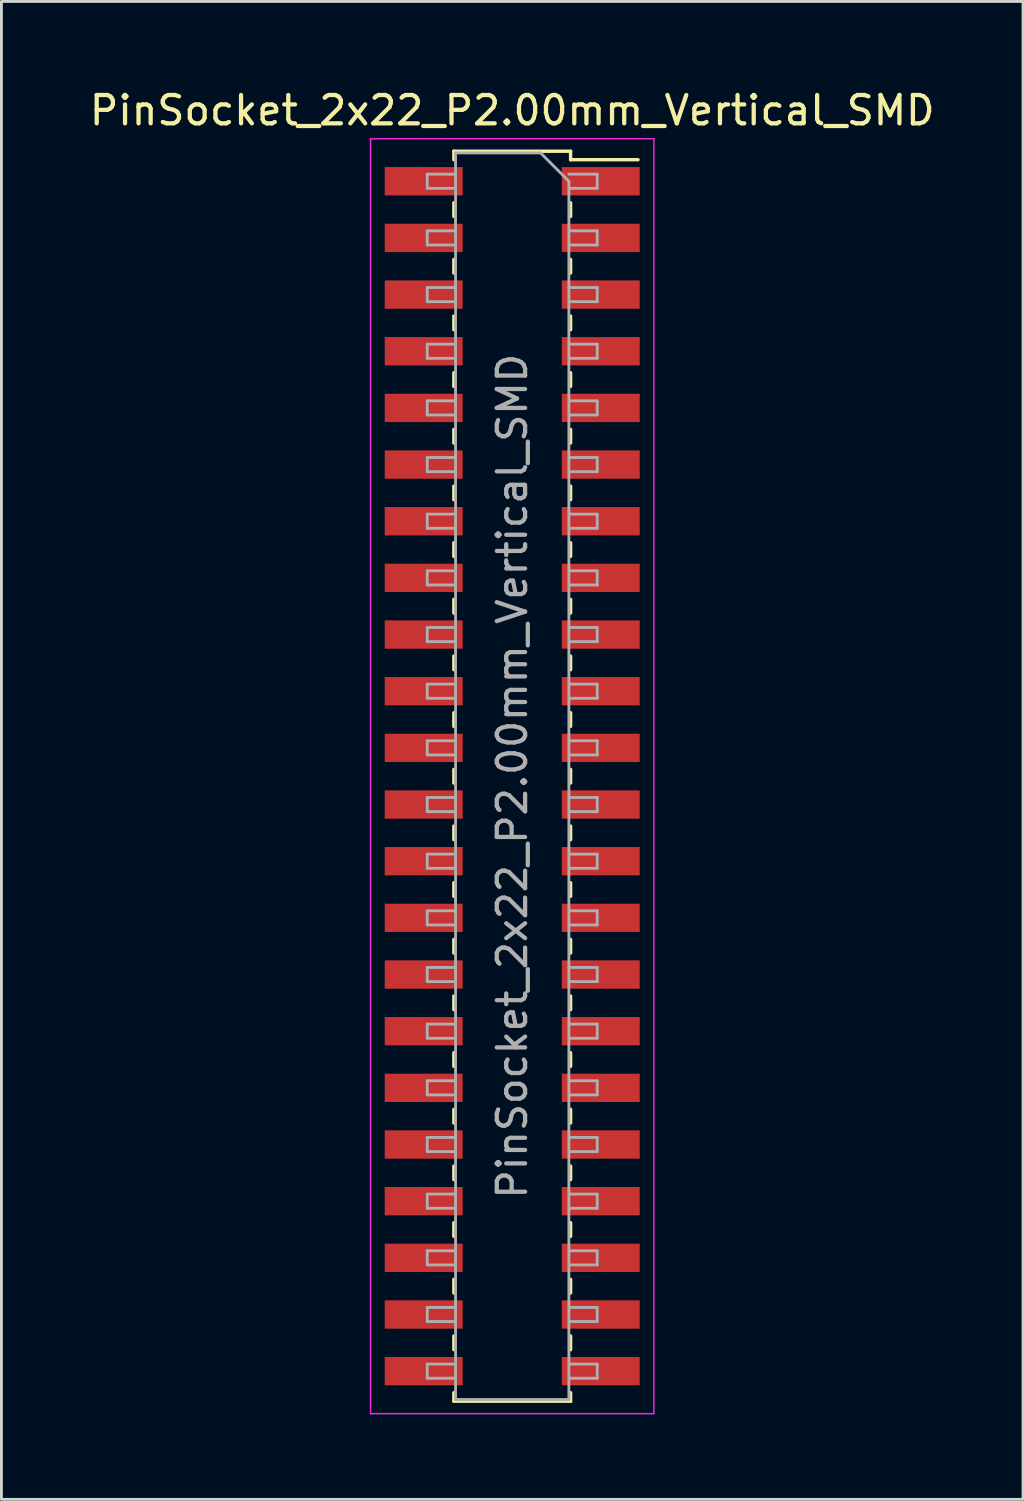
<source format=kicad_pcb>
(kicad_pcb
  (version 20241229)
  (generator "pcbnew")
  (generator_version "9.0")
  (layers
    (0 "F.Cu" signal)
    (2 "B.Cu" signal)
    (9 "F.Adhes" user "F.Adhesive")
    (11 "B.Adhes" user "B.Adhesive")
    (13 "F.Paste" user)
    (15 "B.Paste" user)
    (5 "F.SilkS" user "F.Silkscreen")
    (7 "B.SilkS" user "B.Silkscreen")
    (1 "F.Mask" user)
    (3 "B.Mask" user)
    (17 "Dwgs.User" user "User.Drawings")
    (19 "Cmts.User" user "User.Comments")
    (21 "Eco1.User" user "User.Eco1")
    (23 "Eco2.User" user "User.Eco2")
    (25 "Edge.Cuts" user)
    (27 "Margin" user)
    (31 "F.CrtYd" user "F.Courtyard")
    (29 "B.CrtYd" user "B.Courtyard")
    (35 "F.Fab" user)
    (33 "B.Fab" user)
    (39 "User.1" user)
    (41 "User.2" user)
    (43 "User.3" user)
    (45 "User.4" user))
  (footprint "PinSocket_2x22_P2.00mm_Vertical_SMD"
    (layer "F.Cu")
    (at 15.03 24.348)
    (property "Reference" "PinSocket_2x22_P2.00mm_Vertical_SMD" (at 0 -23.5 0) (layer "F.SilkS") (effects (font (size 1 1) (thickness 0.15))))
    (attr smd)
    (fp_line (start -2.06 -22.06) (end -2.06 -21.76) (stroke (width 0.12) (type solid)) (layer "F.SilkS"))
    (fp_line (start -2.06 -22.06) (end 2.06 -22.06) (stroke (width 0.12) (type solid)) (layer "F.SilkS"))
    (fp_line (start -2.06 -20.24) (end -2.06 -19.76) (stroke (width 0.12) (type solid)) (layer "F.SilkS"))
    (fp_line (start -2.06 -18.24) (end -2.06 -17.76) (stroke (width 0.12) (type solid)) (layer "F.SilkS"))
    (fp_line (start -2.06 -16.24) (end -2.06 -15.76) (stroke (width 0.12) (type solid)) (layer "F.SilkS"))
    (fp_line (start -2.06 -14.24) (end -2.06 -13.76) (stroke (width 0.12) (type solid)) (layer "F.SilkS"))
    (fp_line (start -2.06 -12.24) (end -2.06 -11.76) (stroke (width 0.12) (type solid)) (layer "F.SilkS"))
    (fp_line (start -2.06 -10.24) (end -2.06 -9.76) (stroke (width 0.12) (type solid)) (layer "F.SilkS"))
    (fp_line (start -2.06 -8.24) (end -2.06 -7.76) (stroke (width 0.12) (type solid)) (layer "F.SilkS"))
    (fp_line (start -2.06 -6.24) (end -2.06 -5.76) (stroke (width 0.12) (type solid)) (layer "F.SilkS"))
    (fp_line (start -2.06 -4.24) (end -2.06 -3.76) (stroke (width 0.12) (type solid)) (layer "F.SilkS"))
    (fp_line (start -2.06 -2.24) (end -2.06 -1.76) (stroke (width 0.12) (type solid)) (layer "F.SilkS"))
    (fp_line (start -2.06 -0.24) (end -2.06 0.24) (stroke (width 0.12) (type solid)) (layer "F.SilkS"))
    (fp_line (start -2.06 1.76) (end -2.06 2.24) (stroke (width 0.12) (type solid)) (layer "F.SilkS"))
    (fp_line (start -2.06 3.76) (end -2.06 4.24) (stroke (width 0.12) (type solid)) (layer "F.SilkS"))
    (fp_line (start -2.06 5.76) (end -2.06 6.24) (stroke (width 0.12) (type solid)) (layer "F.SilkS"))
    (fp_line (start -2.06 7.76) (end -2.06 8.24) (stroke (width 0.12) (type solid)) (layer "F.SilkS"))
    (fp_line (start -2.06 9.76) (end -2.06 10.24) (stroke (width 0.12) (type solid)) (layer "F.SilkS"))
    (fp_line (start -2.06 11.76) (end -2.06 12.24) (stroke (width 0.12) (type solid)) (layer "F.SilkS"))
    (fp_line (start -2.06 13.76) (end -2.06 14.24) (stroke (width 0.12) (type solid)) (layer "F.SilkS"))
    (fp_line (start -2.06 15.76) (end -2.06 16.24) (stroke (width 0.12) (type solid)) (layer "F.SilkS"))
    (fp_line (start -2.06 17.76) (end -2.06 18.24) (stroke (width 0.12) (type solid)) (layer "F.SilkS"))
    (fp_line (start -2.06 19.76) (end -2.06 20.24) (stroke (width 0.12) (type solid)) (layer "F.SilkS"))
    (fp_line (start -2.06 21.76) (end -2.06 22.06) (stroke (width 0.12) (type solid)) (layer "F.SilkS"))
    (fp_line (start -2.06 22.06) (end 2.06 22.06) (stroke (width 0.12) (type solid)) (layer "F.SilkS"))
    (fp_line (start 2.06 -22.06) (end 2.06 -21.76) (stroke (width 0.12) (type solid)) (layer "F.SilkS"))
    (fp_line (start 2.06 -21.76) (end 4.44 -21.76) (stroke (width 0.12) (type solid)) (layer "F.SilkS"))
    (fp_line (start 2.06 -20.24) (end 2.06 -19.76) (stroke (width 0.12) (type solid)) (layer "F.SilkS"))
    (fp_line (start 2.06 -18.24) (end 2.06 -17.76) (stroke (width 0.12) (type solid)) (layer "F.SilkS"))
    (fp_line (start 2.06 -16.24) (end 2.06 -15.76) (stroke (width 0.12) (type solid)) (layer "F.SilkS"))
    (fp_line (start 2.06 -14.24) (end 2.06 -13.76) (stroke (width 0.12) (type solid)) (layer "F.SilkS"))
    (fp_line (start 2.06 -12.24) (end 2.06 -11.76) (stroke (width 0.12) (type solid)) (layer "F.SilkS"))
    (fp_line (start 2.06 -10.24) (end 2.06 -9.76) (stroke (width 0.12) (type solid)) (layer "F.SilkS"))
    (fp_line (start 2.06 -8.24) (end 2.06 -7.76) (stroke (width 0.12) (type solid)) (layer "F.SilkS"))
    (fp_line (start 2.06 -6.24) (end 2.06 -5.76) (stroke (width 0.12) (type solid)) (layer "F.SilkS"))
    (fp_line (start 2.06 -4.24) (end 2.06 -3.76) (stroke (width 0.12) (type solid)) (layer "F.SilkS"))
    (fp_line (start 2.06 -2.24) (end 2.06 -1.76) (stroke (width 0.12) (type solid)) (layer "F.SilkS"))
    (fp_line (start 2.06 -0.24) (end 2.06 0.24) (stroke (width 0.12) (type solid)) (layer "F.SilkS"))
    (fp_line (start 2.06 1.76) (end 2.06 2.24) (stroke (width 0.12) (type solid)) (layer "F.SilkS"))
    (fp_line (start 2.06 3.76) (end 2.06 4.24) (stroke (width 0.12) (type solid)) (layer "F.SilkS"))
    (fp_line (start 2.06 5.76) (end 2.06 6.24) (stroke (width 0.12) (type solid)) (layer "F.SilkS"))
    (fp_line (start 2.06 7.76) (end 2.06 8.24) (stroke (width 0.12) (type solid)) (layer "F.SilkS"))
    (fp_line (start 2.06 9.76) (end 2.06 10.24) (stroke (width 0.12) (type solid)) (layer "F.SilkS"))
    (fp_line (start 2.06 11.76) (end 2.06 12.24) (stroke (width 0.12) (type solid)) (layer "F.SilkS"))
    (fp_line (start 2.06 13.76) (end 2.06 14.24) (stroke (width 0.12) (type solid)) (layer "F.SilkS"))
    (fp_line (start 2.06 15.76) (end 2.06 16.24) (stroke (width 0.12) (type solid)) (layer "F.SilkS"))
    (fp_line (start 2.06 17.76) (end 2.06 18.24) (stroke (width 0.12) (type solid)) (layer "F.SilkS"))
    (fp_line (start 2.06 19.76) (end 2.06 20.24) (stroke (width 0.12) (type solid)) (layer "F.SilkS"))
    (fp_line (start 2.06 21.76) (end 2.06 22.06) (stroke (width 0.12) (type solid)) (layer "F.SilkS"))
    (fp_line (start -5 -22.5) (end 5 -22.5) (stroke (width 0.05) (type solid)) (layer "F.CrtYd"))
    (fp_line (start -5 22.5) (end -5 -22.5) (stroke (width 0.05) (type solid)) (layer "F.CrtYd"))
    (fp_line (start 5 -22.5) (end 5 22.5) (stroke (width 0.05) (type solid)) (layer "F.CrtYd"))
    (fp_line (start 5 22.5) (end -5 22.5) (stroke (width 0.05) (type solid)) (layer "F.CrtYd"))
    (fp_line (start -3 -21.25) (end -2 -21.25) (stroke (width 0.1) (type solid)) (layer "F.Fab"))
    (fp_line (start -3 -20.75) (end -3 -21.25) (stroke (width 0.1) (type solid)) (layer "F.Fab"))
    (fp_line (start -3 -19.25) (end -2 -19.25) (stroke (width 0.1) (type solid)) (layer "F.Fab"))
    (fp_line (start -3 -18.75) (end -3 -19.25) (stroke (width 0.1) (type solid)) (layer "F.Fab"))
    (fp_line (start -3 -17.25) (end -2 -17.25) (stroke (width 0.1) (type solid)) (layer "F.Fab"))
    (fp_line (start -3 -16.75) (end -3 -17.25) (stroke (width 0.1) (type solid)) (layer "F.Fab"))
    (fp_line (start -3 -15.25) (end -2 -15.25) (stroke (width 0.1) (type solid)) (layer "F.Fab"))
    (fp_line (start -3 -14.75) (end -3 -15.25) (stroke (width 0.1) (type solid)) (layer "F.Fab"))
    (fp_line (start -3 -13.25) (end -2 -13.25) (stroke (width 0.1) (type solid)) (layer "F.Fab"))
    (fp_line (start -3 -12.75) (end -3 -13.25) (stroke (width 0.1) (type solid)) (layer "F.Fab"))
    (fp_line (start -3 -11.25) (end -2 -11.25) (stroke (width 0.1) (type solid)) (layer "F.Fab"))
    (fp_line (start -3 -10.75) (end -3 -11.25) (stroke (width 0.1) (type solid)) (layer "F.Fab"))
    (fp_line (start -3 -9.25) (end -2 -9.25) (stroke (width 0.1) (type solid)) (layer "F.Fab"))
    (fp_line (start -3 -8.75) (end -3 -9.25) (stroke (width 0.1) (type solid)) (layer "F.Fab"))
    (fp_line (start -3 -7.25) (end -2 -7.25) (stroke (width 0.1) (type solid)) (layer "F.Fab"))
    (fp_line (start -3 -6.75) (end -3 -7.25) (stroke (width 0.1) (type solid)) (layer "F.Fab"))
    (fp_line (start -3 -5.25) (end -2 -5.25) (stroke (width 0.1) (type solid)) (layer "F.Fab"))
    (fp_line (start -3 -4.75) (end -3 -5.25) (stroke (width 0.1) (type solid)) (layer "F.Fab"))
    (fp_line (start -3 -3.25) (end -2 -3.25) (stroke (width 0.1) (type solid)) (layer "F.Fab"))
    (fp_line (start -3 -2.75) (end -3 -3.25) (stroke (width 0.1) (type solid)) (layer "F.Fab"))
    (fp_line (start -3 -1.25) (end -2 -1.25) (stroke (width 0.1) (type solid)) (layer "F.Fab"))
    (fp_line (start -3 -0.75) (end -3 -1.25) (stroke (width 0.1) (type solid)) (layer "F.Fab"))
    (fp_line (start -3 0.75) (end -2 0.75) (stroke (width 0.1) (type solid)) (layer "F.Fab"))
    (fp_line (start -3 1.25) (end -3 0.75) (stroke (width 0.1) (type solid)) (layer "F.Fab"))
    (fp_line (start -3 2.75) (end -2 2.75) (stroke (width 0.1) (type solid)) (layer "F.Fab"))
    (fp_line (start -3 3.25) (end -3 2.75) (stroke (width 0.1) (type solid)) (layer "F.Fab"))
    (fp_line (start -3 4.75) (end -2 4.75) (stroke (width 0.1) (type solid)) (layer "F.Fab"))
    (fp_line (start -3 5.25) (end -3 4.75) (stroke (width 0.1) (type solid)) (layer "F.Fab"))
    (fp_line (start -3 6.75) (end -2 6.75) (stroke (width 0.1) (type solid)) (layer "F.Fab"))
    (fp_line (start -3 7.25) (end -3 6.75) (stroke (width 0.1) (type solid)) (layer "F.Fab"))
    (fp_line (start -3 8.75) (end -2 8.75) (stroke (width 0.1) (type solid)) (layer "F.Fab"))
    (fp_line (start -3 9.25) (end -3 8.75) (stroke (width 0.1) (type solid)) (layer "F.Fab"))
    (fp_line (start -3 10.75) (end -2 10.75) (stroke (width 0.1) (type solid)) (layer "F.Fab"))
    (fp_line (start -3 11.25) (end -3 10.75) (stroke (width 0.1) (type solid)) (layer "F.Fab"))
    (fp_line (start -3 12.75) (end -2 12.75) (stroke (width 0.1) (type solid)) (layer "F.Fab"))
    (fp_line (start -3 13.25) (end -3 12.75) (stroke (width 0.1) (type solid)) (layer "F.Fab"))
    (fp_line (start -3 14.75) (end -2 14.75) (stroke (width 0.1) (type solid)) (layer "F.Fab"))
    (fp_line (start -3 15.25) (end -3 14.75) (stroke (width 0.1) (type solid)) (layer "F.Fab"))
    (fp_line (start -3 16.75) (end -2 16.75) (stroke (width 0.1) (type solid)) (layer "F.Fab"))
    (fp_line (start -3 17.25) (end -3 16.75) (stroke (width 0.1) (type solid)) (layer "F.Fab"))
    (fp_line (start -3 18.75) (end -2 18.75) (stroke (width 0.1) (type solid)) (layer "F.Fab"))
    (fp_line (start -3 19.25) (end -3 18.75) (stroke (width 0.1) (type solid)) (layer "F.Fab"))
    (fp_line (start -3 20.75) (end -2 20.75) (stroke (width 0.1) (type solid)) (layer "F.Fab"))
    (fp_line (start -3 21.25) (end -3 20.75) (stroke (width 0.1) (type solid)) (layer "F.Fab"))
    (fp_line (start -2 -22) (end 1 -22) (stroke (width 0.1) (type solid)) (layer "F.Fab"))
    (fp_line (start -2 -20.75) (end -3 -20.75) (stroke (width 0.1) (type solid)) (layer "F.Fab"))
    (fp_line (start -2 -18.75) (end -3 -18.75) (stroke (width 0.1) (type solid)) (layer "F.Fab"))
    (fp_line (start -2 -16.75) (end -3 -16.75) (stroke (width 0.1) (type solid)) (layer "F.Fab"))
    (fp_line (start -2 -14.75) (end -3 -14.75) (stroke (width 0.1) (type solid)) (layer "F.Fab"))
    (fp_line (start -2 -12.75) (end -3 -12.75) (stroke (width 0.1) (type solid)) (layer "F.Fab"))
    (fp_line (start -2 -10.75) (end -3 -10.75) (stroke (width 0.1) (type solid)) (layer "F.Fab"))
    (fp_line (start -2 -8.75) (end -3 -8.75) (stroke (width 0.1) (type solid)) (layer "F.Fab"))
    (fp_line (start -2 -6.75) (end -3 -6.75) (stroke (width 0.1) (type solid)) (layer "F.Fab"))
    (fp_line (start -2 -4.75) (end -3 -4.75) (stroke (width 0.1) (type solid)) (layer "F.Fab"))
    (fp_line (start -2 -2.75) (end -3 -2.75) (stroke (width 0.1) (type solid)) (layer "F.Fab"))
    (fp_line (start -2 -0.75) (end -3 -0.75) (stroke (width 0.1) (type solid)) (layer "F.Fab"))
    (fp_line (start -2 1.25) (end -3 1.25) (stroke (width 0.1) (type solid)) (layer "F.Fab"))
    (fp_line (start -2 3.25) (end -3 3.25) (stroke (width 0.1) (type solid)) (layer "F.Fab"))
    (fp_line (start -2 5.25) (end -3 5.25) (stroke (width 0.1) (type solid)) (layer "F.Fab"))
    (fp_line (start -2 7.25) (end -3 7.25) (stroke (width 0.1) (type solid)) (layer "F.Fab"))
    (fp_line (start -2 9.25) (end -3 9.25) (stroke (width 0.1) (type solid)) (layer "F.Fab"))
    (fp_line (start -2 11.25) (end -3 11.25) (stroke (width 0.1) (type solid)) (layer "F.Fab"))
    (fp_line (start -2 13.25) (end -3 13.25) (stroke (width 0.1) (type solid)) (layer "F.Fab"))
    (fp_line (start -2 15.25) (end -3 15.25) (stroke (width 0.1) (type solid)) (layer "F.Fab"))
    (fp_line (start -2 17.25) (end -3 17.25) (stroke (width 0.1) (type solid)) (layer "F.Fab"))
    (fp_line (start -2 19.25) (end -3 19.25) (stroke (width 0.1) (type solid)) (layer "F.Fab"))
    (fp_line (start -2 21.25) (end -3 21.25) (stroke (width 0.1) (type solid)) (layer "F.Fab"))
    (fp_line (start -2 22) (end -2 -22) (stroke (width 0.1) (type solid)) (layer "F.Fab"))
    (fp_line (start 1 -22) (end 2 -21) (stroke (width 0.1) (type solid)) (layer "F.Fab"))
    (fp_line (start 2 -21.25) (end 3 -21.25) (stroke (width 0.1) (type solid)) (layer "F.Fab"))
    (fp_line (start 2 -21) (end 2 22) (stroke (width 0.1) (type solid)) (layer "F.Fab"))
    (fp_line (start 2 -19.25) (end 3 -19.25) (stroke (width 0.1) (type solid)) (layer "F.Fab"))
    (fp_line (start 2 -17.25) (end 3 -17.25) (stroke (width 0.1) (type solid)) (layer "F.Fab"))
    (fp_line (start 2 -15.25) (end 3 -15.25) (stroke (width 0.1) (type solid)) (layer "F.Fab"))
    (fp_line (start 2 -13.25) (end 3 -13.25) (stroke (width 0.1) (type solid)) (layer "F.Fab"))
    (fp_line (start 2 -11.25) (end 3 -11.25) (stroke (width 0.1) (type solid)) (layer "F.Fab"))
    (fp_line (start 2 -9.25) (end 3 -9.25) (stroke (width 0.1) (type solid)) (layer "F.Fab"))
    (fp_line (start 2 -7.25) (end 3 -7.25) (stroke (width 0.1) (type solid)) (layer "F.Fab"))
    (fp_line (start 2 -5.25) (end 3 -5.25) (stroke (width 0.1) (type solid)) (layer "F.Fab"))
    (fp_line (start 2 -3.25) (end 3 -3.25) (stroke (width 0.1) (type solid)) (layer "F.Fab"))
    (fp_line (start 2 -1.25) (end 3 -1.25) (stroke (width 0.1) (type solid)) (layer "F.Fab"))
    (fp_line (start 2 0.75) (end 3 0.75) (stroke (width 0.1) (type solid)) (layer "F.Fab"))
    (fp_line (start 2 2.75) (end 3 2.75) (stroke (width 0.1) (type solid)) (layer "F.Fab"))
    (fp_line (start 2 4.75) (end 3 4.75) (stroke (width 0.1) (type solid)) (layer "F.Fab"))
    (fp_line (start 2 6.75) (end 3 6.75) (stroke (width 0.1) (type solid)) (layer "F.Fab"))
    (fp_line (start 2 8.75) (end 3 8.75) (stroke (width 0.1) (type solid)) (layer "F.Fab"))
    (fp_line (start 2 10.75) (end 3 10.75) (stroke (width 0.1) (type solid)) (layer "F.Fab"))
    (fp_line (start 2 12.75) (end 3 12.75) (stroke (width 0.1) (type solid)) (layer "F.Fab"))
    (fp_line (start 2 14.75) (end 3 14.75) (stroke (width 0.1) (type solid)) (layer "F.Fab"))
    (fp_line (start 2 16.75) (end 3 16.75) (stroke (width 0.1) (type solid)) (layer "F.Fab"))
    (fp_line (start 2 18.75) (end 3 18.75) (stroke (width 0.1) (type solid)) (layer "F.Fab"))
    (fp_line (start 2 20.75) (end 3 20.75) (stroke (width 0.1) (type solid)) (layer "F.Fab"))
    (fp_line (start 2 22) (end -2 22) (stroke (width 0.1) (type solid)) (layer "F.Fab"))
    (fp_line (start 3 -21.25) (end 3 -20.75) (stroke (width 0.1) (type solid)) (layer "F.Fab"))
    (fp_line (start 3 -20.75) (end 2 -20.75) (stroke (width 0.1) (type solid)) (layer "F.Fab"))
    (fp_line (start 3 -19.25) (end 3 -18.75) (stroke (width 0.1) (type solid)) (layer "F.Fab"))
    (fp_line (start 3 -18.75) (end 2 -18.75) (stroke (width 0.1) (type solid)) (layer "F.Fab"))
    (fp_line (start 3 -17.25) (end 3 -16.75) (stroke (width 0.1) (type solid)) (layer "F.Fab"))
    (fp_line (start 3 -16.75) (end 2 -16.75) (stroke (width 0.1) (type solid)) (layer "F.Fab"))
    (fp_line (start 3 -15.25) (end 3 -14.75) (stroke (width 0.1) (type solid)) (layer "F.Fab"))
    (fp_line (start 3 -14.75) (end 2 -14.75) (stroke (width 0.1) (type solid)) (layer "F.Fab"))
    (fp_line (start 3 -13.25) (end 3 -12.75) (stroke (width 0.1) (type solid)) (layer "F.Fab"))
    (fp_line (start 3 -12.75) (end 2 -12.75) (stroke (width 0.1) (type solid)) (layer "F.Fab"))
    (fp_line (start 3 -11.25) (end 3 -10.75) (stroke (width 0.1) (type solid)) (layer "F.Fab"))
    (fp_line (start 3 -10.75) (end 2 -10.75) (stroke (width 0.1) (type solid)) (layer "F.Fab"))
    (fp_line (start 3 -9.25) (end 3 -8.75) (stroke (width 0.1) (type solid)) (layer "F.Fab"))
    (fp_line (start 3 -8.75) (end 2 -8.75) (stroke (width 0.1) (type solid)) (layer "F.Fab"))
    (fp_line (start 3 -7.25) (end 3 -6.75) (stroke (width 0.1) (type solid)) (layer "F.Fab"))
    (fp_line (start 3 -6.75) (end 2 -6.75) (stroke (width 0.1) (type solid)) (layer "F.Fab"))
    (fp_line (start 3 -5.25) (end 3 -4.75) (stroke (width 0.1) (type solid)) (layer "F.Fab"))
    (fp_line (start 3 -4.75) (end 2 -4.75) (stroke (width 0.1) (type solid)) (layer "F.Fab"))
    (fp_line (start 3 -3.25) (end 3 -2.75) (stroke (width 0.1) (type solid)) (layer "F.Fab"))
    (fp_line (start 3 -2.75) (end 2 -2.75) (stroke (width 0.1) (type solid)) (layer "F.Fab"))
    (fp_line (start 3 -1.25) (end 3 -0.75) (stroke (width 0.1) (type solid)) (layer "F.Fab"))
    (fp_line (start 3 -0.75) (end 2 -0.75) (stroke (width 0.1) (type solid)) (layer "F.Fab"))
    (fp_line (start 3 0.75) (end 3 1.25) (stroke (width 0.1) (type solid)) (layer "F.Fab"))
    (fp_line (start 3 1.25) (end 2 1.25) (stroke (width 0.1) (type solid)) (layer "F.Fab"))
    (fp_line (start 3 2.75) (end 3 3.25) (stroke (width 0.1) (type solid)) (layer "F.Fab"))
    (fp_line (start 3 3.25) (end 2 3.25) (stroke (width 0.1) (type solid)) (layer "F.Fab"))
    (fp_line (start 3 4.75) (end 3 5.25) (stroke (width 0.1) (type solid)) (layer "F.Fab"))
    (fp_line (start 3 5.25) (end 2 5.25) (stroke (width 0.1) (type solid)) (layer "F.Fab"))
    (fp_line (start 3 6.75) (end 3 7.25) (stroke (width 0.1) (type solid)) (layer "F.Fab"))
    (fp_line (start 3 7.25) (end 2 7.25) (stroke (width 0.1) (type solid)) (layer "F.Fab"))
    (fp_line (start 3 8.75) (end 3 9.25) (stroke (width 0.1) (type solid)) (layer "F.Fab"))
    (fp_line (start 3 9.25) (end 2 9.25) (stroke (width 0.1) (type solid)) (layer "F.Fab"))
    (fp_line (start 3 10.75) (end 3 11.25) (stroke (width 0.1) (type solid)) (layer "F.Fab"))
    (fp_line (start 3 11.25) (end 2 11.25) (stroke (width 0.1) (type solid)) (layer "F.Fab"))
    (fp_line (start 3 12.75) (end 3 13.25) (stroke (width 0.1) (type solid)) (layer "F.Fab"))
    (fp_line (start 3 13.25) (end 2 13.25) (stroke (width 0.1) (type solid)) (layer "F.Fab"))
    (fp_line (start 3 14.75) (end 3 15.25) (stroke (width 0.1) (type solid)) (layer "F.Fab"))
    (fp_line (start 3 15.25) (end 2 15.25) (stroke (width 0.1) (type solid)) (layer "F.Fab"))
    (fp_line (start 3 16.75) (end 3 17.25) (stroke (width 0.1) (type solid)) (layer "F.Fab"))
    (fp_line (start 3 17.25) (end 2 17.25) (stroke (width 0.1) (type solid)) (layer "F.Fab"))
    (fp_line (start 3 18.75) (end 3 19.25) (stroke (width 0.1) (type solid)) (layer "F.Fab"))
    (fp_line (start 3 19.25) (end 2 19.25) (stroke (width 0.1) (type solid)) (layer "F.Fab"))
    (fp_line (start 3 20.75) (end 3 21.25) (stroke (width 0.1) (type solid)) (layer "F.Fab"))
    (fp_line (start 3 21.25) (end 2 21.25) (stroke (width 0.1) (type solid)) (layer "F.Fab"))
    (fp_text user "${REFERENCE}" (at 0 0 90) (layer "F.Fab") (effects (font (size 1 1) (thickness 0.15))))
    (pad "1" smd rect (at 3.125 -21) (size 2.75 1) (layers "F.Cu" "F.Mask" "F.Paste"))
    (pad "2" smd rect (at -3.125 -21) (size 2.75 1) (layers "F.Cu" "F.Mask" "F.Paste"))
    (pad "3" smd rect (at 3.125 -19) (size 2.75 1) (layers "F.Cu" "F.Mask" "F.Paste"))
    (pad "4" smd rect (at -3.125 -19) (size 2.75 1) (layers "F.Cu" "F.Mask" "F.Paste"))
    (pad "5" smd rect (at 3.125 -17) (size 2.75 1) (layers "F.Cu" "F.Mask" "F.Paste"))
    (pad "6" smd rect (at -3.125 -17) (size 2.75 1) (layers "F.Cu" "F.Mask" "F.Paste"))
    (pad "7" smd rect (at 3.125 -15) (size 2.75 1) (layers "F.Cu" "F.Mask" "F.Paste"))
    (pad "8" smd rect (at -3.125 -15) (size 2.75 1) (layers "F.Cu" "F.Mask" "F.Paste"))
    (pad "9" smd rect (at 3.125 -13) (size 2.75 1) (layers "F.Cu" "F.Mask" "F.Paste"))
    (pad "10" smd rect (at -3.125 -13) (size 2.75 1) (layers "F.Cu" "F.Mask" "F.Paste"))
    (pad "11" smd rect (at 3.125 -11) (size 2.75 1) (layers "F.Cu" "F.Mask" "F.Paste"))
    (pad "12" smd rect (at -3.125 -11) (size 2.75 1) (layers "F.Cu" "F.Mask" "F.Paste"))
    (pad "13" smd rect (at 3.125 -9) (size 2.75 1) (layers "F.Cu" "F.Mask" "F.Paste"))
    (pad "14" smd rect (at -3.125 -9) (size 2.75 1) (layers "F.Cu" "F.Mask" "F.Paste"))
    (pad "15" smd rect (at 3.125 -7) (size 2.75 1) (layers "F.Cu" "F.Mask" "F.Paste"))
    (pad "16" smd rect (at -3.125 -7) (size 2.75 1) (layers "F.Cu" "F.Mask" "F.Paste"))
    (pad "17" smd rect (at 3.125 -5) (size 2.75 1) (layers "F.Cu" "F.Mask" "F.Paste"))
    (pad "18" smd rect (at -3.125 -5) (size 2.75 1) (layers "F.Cu" "F.Mask" "F.Paste"))
    (pad "19" smd rect (at 3.125 -3) (size 2.75 1) (layers "F.Cu" "F.Mask" "F.Paste"))
    (pad "20" smd rect (at -3.125 -3) (size 2.75 1) (layers "F.Cu" "F.Mask" "F.Paste"))
    (pad "21" smd rect (at 3.125 -1) (size 2.75 1) (layers "F.Cu" "F.Mask" "F.Paste"))
    (pad "22" smd rect (at -3.125 -1) (size 2.75 1) (layers "F.Cu" "F.Mask" "F.Paste"))
    (pad "23" smd rect (at 3.125 1) (size 2.75 1) (layers "F.Cu" "F.Mask" "F.Paste"))
    (pad "24" smd rect (at -3.125 1) (size 2.75 1) (layers "F.Cu" "F.Mask" "F.Paste"))
    (pad "25" smd rect (at 3.125 3) (size 2.75 1) (layers "F.Cu" "F.Mask" "F.Paste"))
    (pad "26" smd rect (at -3.125 3) (size 2.75 1) (layers "F.Cu" "F.Mask" "F.Paste"))
    (pad "27" smd rect (at 3.125 5) (size 2.75 1) (layers "F.Cu" "F.Mask" "F.Paste"))
    (pad "28" smd rect (at -3.125 5) (size 2.75 1) (layers "F.Cu" "F.Mask" "F.Paste"))
    (pad "29" smd rect (at 3.125 7) (size 2.75 1) (layers "F.Cu" "F.Mask" "F.Paste"))
    (pad "30" smd rect (at -3.125 7) (size 2.75 1) (layers "F.Cu" "F.Mask" "F.Paste"))
    (pad "31" smd rect (at 3.125 9) (size 2.75 1) (layers "F.Cu" "F.Mask" "F.Paste"))
    (pad "32" smd rect (at -3.125 9) (size 2.75 1) (layers "F.Cu" "F.Mask" "F.Paste"))
    (pad "33" smd rect (at 3.125 11) (size 2.75 1) (layers "F.Cu" "F.Mask" "F.Paste"))
    (pad "34" smd rect (at -3.125 11) (size 2.75 1) (layers "F.Cu" "F.Mask" "F.Paste"))
    (pad "35" smd rect (at 3.125 13) (size 2.75 1) (layers "F.Cu" "F.Mask" "F.Paste"))
    (pad "36" smd rect (at -3.125 13) (size 2.75 1) (layers "F.Cu" "F.Mask" "F.Paste"))
    (pad "37" smd rect (at 3.125 15) (size 2.75 1) (layers "F.Cu" "F.Mask" "F.Paste"))
    (pad "38" smd rect (at -3.125 15) (size 2.75 1) (layers "F.Cu" "F.Mask" "F.Paste"))
    (pad "39" smd rect (at 3.125 17) (size 2.75 1) (layers "F.Cu" "F.Mask" "F.Paste"))
    (pad "40" smd rect (at -3.125 17) (size 2.75 1) (layers "F.Cu" "F.Mask" "F.Paste"))
    (pad "41" smd rect (at 3.125 19) (size 2.75 1) (layers "F.Cu" "F.Mask" "F.Paste"))
    (pad "42" smd rect (at -3.125 19) (size 2.75 1) (layers "F.Cu" "F.Mask" "F.Paste"))
    (pad "43" smd rect (at 3.125 21) (size 2.75 1) (layers "F.Cu" "F.Mask" "F.Paste"))
    (pad "44" smd rect (at -3.125 21) (size 2.75 1) (layers "F.Cu" "F.Mask" "F.Paste")))
  (gr_rect
    (start -3 -3)
    (end 33.06 49.873)
    (stroke (width 0.1) (type default))
    (fill no)
    (layer "Edge.Cuts")))
</source>
